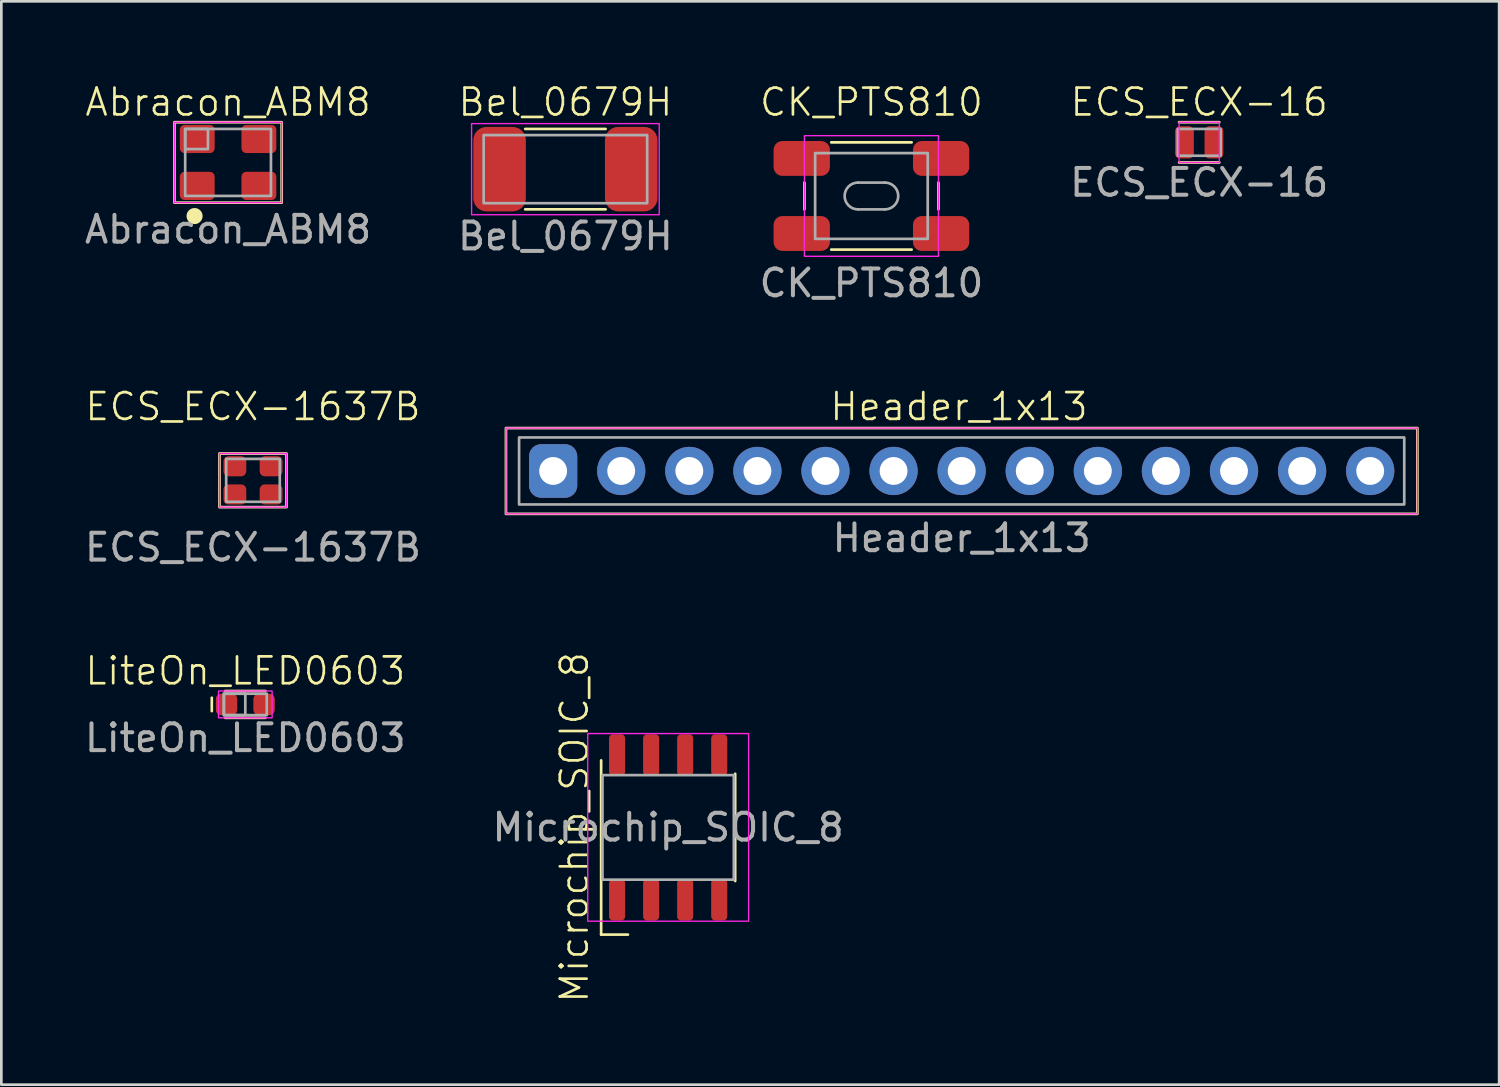
<source format=kicad_pcb>
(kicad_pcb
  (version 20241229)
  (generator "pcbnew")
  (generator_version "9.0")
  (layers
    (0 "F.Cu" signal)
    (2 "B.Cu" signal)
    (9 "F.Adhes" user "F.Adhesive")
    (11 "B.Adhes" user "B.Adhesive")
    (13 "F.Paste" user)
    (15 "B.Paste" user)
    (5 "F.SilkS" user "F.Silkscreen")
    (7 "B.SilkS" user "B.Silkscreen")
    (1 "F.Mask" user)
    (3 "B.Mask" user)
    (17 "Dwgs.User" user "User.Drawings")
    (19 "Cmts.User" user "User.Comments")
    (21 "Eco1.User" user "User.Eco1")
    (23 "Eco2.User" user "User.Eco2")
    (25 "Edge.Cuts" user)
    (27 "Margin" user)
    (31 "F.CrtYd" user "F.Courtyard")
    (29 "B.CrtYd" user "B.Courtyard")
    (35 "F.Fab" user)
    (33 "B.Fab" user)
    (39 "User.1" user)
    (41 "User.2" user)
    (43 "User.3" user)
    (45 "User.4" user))
  (footprint "LiteOn_LED0603"
    (layer "F.Cu")
    (at 6.101 23.228)
    (property "Reference" "LiteOn_LED0603" (at 0 -1.25 0) (unlocked yes) (layer "F.SilkS") (effects (font (size 1 1) (thickness 0.1))))
    (attr smd)
    (fp_line (start -1.25 -0.25) (end -1.25 0.25) (stroke (width 0.1) (type default)) (layer "F.SilkS"))
    (fp_line (start 0.75 -0.5) (end -0.75 -0.5) (stroke (width 0.1) (type default)) (layer "F.SilkS"))
    (fp_line (start 0.75 0.5) (end -0.75 0.5) (stroke (width 0.1) (type default)) (layer "F.SilkS"))
    (fp_rect (start -1 -0.5) (end 1 0.5) (stroke (width 0.05) (type default)) (fill no) (layer "F.CrtYd"))
    (fp_rect (start -0.8 -0.4) (end 0 0.4) (stroke (width 0.1) (type default)) (fill no) (layer "F.Fab"))
    (fp_rect (start -0.8 -0.4) (end 0.8 0.4) (stroke (width 0.1) (type default)) (fill no) (layer "F.Fab"))
    (fp_text user "${REFERENCE}" (at 0 1.25 0) (unlocked yes) (layer "F.Fab") (effects (font (size 1 1) (thickness 0.15))))
    (pad "1" smd roundrect (at -0.7 0) (size 0.8 0.8) (layers "F.Cu" "F.Mask" "F.Paste") (roundrect_rratio 0.25))
    (pad "2" smd roundrect (at 0.7 0) (size 0.8 0.8) (layers "F.Cu" "F.Mask" "F.Paste") (roundrect_rratio 0.25)))
  (footprint "ECS_ECX-1637B"
    (layer "F.Cu")
    (at 6.387 14.869)
    (property "Reference" "ECS_ECX-1637B" (at 0 -2.75 0) (unlocked yes) (layer "F.SilkS") (effects (font (size 1 1) (thickness 0.1))))
    (attr smd)
    (fp_rect (start -1.25 -1) (end 1.25 1) (stroke (width 0.1) (type default)) (fill no) (layer "F.SilkS"))
    (fp_rect (start -1.25 -1) (end 1.25 1) (stroke (width 0.05) (type default)) (fill no) (layer "F.CrtYd"))
    (fp_rect (start -1 -0.8) (end 1 0.8) (stroke (width 0.1) (type default)) (fill no) (layer "F.Fab"))
    (fp_text user "${REFERENCE}" (at 0 2.5 0) (unlocked yes) (layer "F.Fab") (effects (font (size 1 1) (thickness 0.15))))
    (pad "1" smd roundrect (at -0.675 0.525) (size 0.85 0.75) (layers "F.Cu" "F.Mask" "F.Paste") (roundrect_rratio 0.25))
    (pad "2" smd roundrect (at 0.675 0.525) (size 0.85 0.75) (layers "F.Cu" "F.Mask" "F.Paste") (roundrect_rratio 0.25))
    (pad "3" smd roundrect (at 0.675 -0.525) (size 0.85 0.75) (layers "F.Cu" "F.Mask" "F.Paste") (roundrect_rratio 0.25))
    (pad "4" smd roundrect (at -0.675 -0.525) (size 0.85 0.75) (layers "F.Cu" "F.Mask" "F.Paste") (roundrect_rratio 0.25)))
  (footprint "Bel_0679H"
    (layer "F.Cu")
    (at 18.042 3.26)
    (property "Reference" "Bel_0679H" (at 0 -2.5 0) (unlocked yes) (layer "F.SilkS") (effects (font (size 1 1) (thickness 0.1))))
    (attr smd)
    (fp_line (start -1.5 -1.5) (end 1.5 -1.5) (stroke (width 0.1) (type default)) (layer "F.SilkS"))
    (fp_line (start -1.5 1.5) (end 1.5 1.5) (stroke (width 0.1) (type default)) (layer "F.SilkS"))
    (fp_rect (start -3.5 -1.7) (end 3.5 1.7) (stroke (width 0.05) (type default)) (fill no) (layer "F.CrtYd"))
    (fp_rect (start 3.05 -1.27) (end -3.05 1.27) (stroke (width 0.1) (type default)) (fill no) (layer "F.Fab"))
    (fp_text user "${REFERENCE}" (at 0 2.5 0) (unlocked yes) (layer "F.Fab") (effects (font (size 1 1) (thickness 0.15))))
    (pad "1" smd roundrect (at -2.455 0) (size 1.96 3.15) (layers "F.Cu" "F.Mask" "F.Paste") (roundrect_rratio 0.25))
    (pad "2" smd roundrect (at 2.455 0) (size 1.96 3.15) (layers "F.Cu" "F.Mask" "F.Paste") (roundrect_rratio 0.25)))
  (footprint "ECS_ECX-16"
    (layer "F.Cu")
    (at 41.685 2.26)
    (property "Reference" "ECS_ECX-16" (at 0 -1.5 0) (unlocked yes) (layer "F.SilkS") (effects (font (size 1 1) (thickness 0.1))))
    (attr smd)
    (fp_line (start -0.75 -0.75) (end 0.75 -0.75) (stroke (width 0.1) (type default)) (layer "F.SilkS"))
    (fp_line (start 0.75 0.75) (end -0.75 0.75) (stroke (width 0.1) (type default)) (layer "F.SilkS"))
    (fp_rect (start -0.75 -0.75) (end 0.75 0.75) (stroke (width 0.05) (type default)) (fill no) (layer "F.CrtYd"))
    (fp_rect (start -0.8 -0.5) (end 0.8 0.5) (stroke (width 0.1) (type default)) (fill no) (layer "F.Fab"))
    (fp_text user "${REFERENCE}" (at 0 1.5 0) (unlocked yes) (layer "F.Fab") (effects (font (size 1 1) (thickness 0.15))))
    (pad "1" smd roundrect (at -0.55 0) (size 0.7 1.2) (layers "F.Cu" "F.Mask" "F.Paste") (roundrect_rratio 0.25))
    (pad "2" smd roundrect (at 0.55 0) (size 0.7 1.2) (layers "F.Cu" "F.Mask" "F.Paste") (roundrect_rratio 0.25)))
  (footprint "Header_1x13"
    (layer "F.Cu")
    (at 32.824 14.519)
    (property "Reference" "Header_1x13" (at -0.1 -2.4 0) (unlocked yes) (layer "F.SilkS") (effects (font (size 1 1) (thickness 0.1))))
    (attr through_hole)
    (fp_rect (start -17 -1.6) (end 17 1.6) (stroke (width 0.1) (type default)) (fill no) (layer "F.SilkS"))
    (fp_rect (start -17 -1.6) (end 17 1.6) (stroke (width 0.05) (type default)) (fill no) (layer "F.CrtYd"))
    (fp_rect (start -16.51 -1.25) (end 16.51 1.25) (stroke (width 0.1) (type default)) (fill no) (layer "F.Fab"))
    (fp_text user "${REFERENCE}" (at 0 2.5 0) (unlocked yes) (layer "F.Fab") (effects (font (size 1 1) (thickness 0.15))))
    (pad "1" thru_hole roundrect (at -15.24 0) (size 1.8 2) (drill 1.04) (layers "*.Cu" "*.Mask") (roundrect_rratio 0.25))
    (pad "2" thru_hole circle (at -12.7 0) (size 1.8 1.8) (drill 1.04) (layers "*.Cu" "*.Mask"))
    (pad "3" thru_hole circle (at -10.16 0) (size 1.8 1.8) (drill 1.04) (layers "*.Cu" "*.Mask"))
    (pad "4" thru_hole circle (at -7.62 0) (size 1.8 1.8) (drill 1.04) (layers "*.Cu" "*.Mask"))
    (pad "5" thru_hole circle (at -5.08 0) (size 1.8 1.8) (drill 1.04) (layers "*.Cu" "*.Mask"))
    (pad "6" thru_hole circle (at -2.54 0) (size 1.8 1.8) (drill 1.04) (layers "*.Cu" "*.Mask"))
    (pad "7" thru_hole circle (at 0 0) (size 1.8 1.8) (drill 1.04) (layers "*.Cu" "*.Mask"))
    (pad "8" thru_hole circle (at 2.54 0) (size 1.8 1.8) (drill 1.04) (layers "*.Cu" "*.Mask"))
    (pad "9" thru_hole circle (at 5.08 0) (size 1.8 1.8) (drill 1.04) (layers "*.Cu" "*.Mask"))
    (pad "10" thru_hole circle (at 7.62 0) (size 1.8 1.8) (drill 1.04) (layers "*.Cu" "*.Mask"))
    (pad "11" thru_hole circle (at 10.16 0) (size 1.8 1.8) (drill 1.04) (layers "*.Cu" "*.Mask"))
    (pad "12" thru_hole circle (at 12.7 0) (size 1.8 1.8) (drill 1.04) (layers "*.Cu" "*.Mask"))
    (pad "13" thru_hole circle (at 15.24 0) (size 1.8 1.8) (drill 1.04) (layers "*.Cu" "*.Mask")))
  (footprint "CK_PTS810"
    (layer "F.Cu")
    (at 29.458 4.261)
    (property "Reference" "CK_PTS810" (at 0 -3.5 0) (unlocked yes) (layer "F.SilkS") (effects (font (size 1 1) (thickness 0.1))))
    (attr smd)
    (fp_line (start -2.5 -0.5) (end -2.5 0.5) (stroke (width 0.1) (type default)) (layer "F.SilkS"))
    (fp_line (start -1.5 -2) (end 1.5 -2) (stroke (width 0.1) (type default)) (layer "F.SilkS"))
    (fp_line (start 1.5 2) (end -1.5 2) (stroke (width 0.1) (type default)) (layer "F.SilkS"))
    (fp_line (start 2.5 -0.5) (end 2.5 0.5) (stroke (width 0.1) (type default)) (layer "F.SilkS"))
    (fp_rect (start -2.5 -2.25) (end 2.5 2.25) (stroke (width 0.05) (type default)) (fill no) (layer "F.CrtYd"))
    (fp_line (start 0.5 -0.5) (end -0.5 -0.5) (stroke (width 0.1) (type default)) (layer "F.Fab"))
    (fp_line (start 0.5 0.5) (end -0.5 0.5) (stroke (width 0.1) (type default)) (layer "F.Fab"))
    (fp_rect (start -2.1 1.6) (end 2.1 -1.6) (stroke (width 0.1) (type default)) (fill no) (layer "F.Fab"))
    (fp_arc (start -0.5 0.5) (mid -1 0) (end -0.5 -0.5) (stroke (width 0.1) (type default)) (layer "F.Fab"))
    (fp_arc (start 0.5 -0.5) (mid 1 0) (end 0.5 0.5) (stroke (width 0.1) (type default)) (layer "F.Fab"))
    (fp_text user "${REFERENCE}" (at 0 3.25 0) (unlocked yes) (layer "F.Fab") (effects (font (size 1 1) (thickness 0.15))))
    (pad "1" smd roundrect (at -2.6 -1.4) (size 2.1 1.3) (layers "F.Cu" "F.Mask" "F.Paste") (roundrect_rratio 0.25))
    (pad "1" smd roundrect (at 2.6 -1.4) (size 2.1 1.3) (layers "F.Cu" "F.Mask" "F.Paste") (roundrect_rratio 0.25))
    (pad "2" smd roundrect (at -2.6 1.4) (size 2.1 1.3) (layers "F.Cu" "F.Mask" "F.Paste") (roundrect_rratio 0.25))
    (pad "2" smd roundrect (at 2.6 1.4) (size 2.1 1.3) (layers "F.Cu" "F.Mask" "F.Paste") (roundrect_rratio 0.25)))
  (footprint "Microchip_SOIC_8"
    (layer "F.Cu")
    (at 21.875 27.815)
    (property "Reference" "Microchip_SOIC_8" (at -3.5 0 90) (unlocked yes) (layer "F.SilkS") (effects (font (size 1 1) (thickness 0.1))))
    (attr smd)
    (fp_line (start -2.5 -2.5) (end -2.5 4) (stroke (width 0.1) (type default)) (layer "F.SilkS"))
    (fp_line (start -2.5 4) (end -1.5 4) (stroke (width 0.1) (type default)) (layer "F.SilkS"))
    (fp_line (start 2.5 -2) (end 2.5 2) (stroke (width 0.1) (type default)) (layer "F.SilkS"))
    (fp_rect (start -3 -3.5) (end 3 3.5) (stroke (width 0.05) (type default)) (fill no) (layer "F.CrtYd"))
    (fp_rect (start -2.45 -1.95) (end 2.45 1.95) (stroke (width 0.1) (type default)) (fill no) (layer "F.Fab"))
    (fp_text user "${REFERENCE}" (at 0 0 0) (unlocked yes) (layer "F.Fab") (effects (font (size 1 1) (thickness 0.15))))
    (pad "1" smd roundrect (at -1.905 2.7) (size 0.6 1.55) (layers "F.Cu" "F.Mask" "F.Paste") (roundrect_rratio 0.25))
    (pad "2" smd roundrect (at -0.635 2.7) (size 0.6 1.55) (layers "F.Cu" "F.Mask" "F.Paste") (roundrect_rratio 0.25))
    (pad "3" smd roundrect (at 0.635 2.7) (size 0.6 1.55) (layers "F.Cu" "F.Mask" "F.Paste") (roundrect_rratio 0.25))
    (pad "4" smd roundrect (at 1.905 2.7) (size 0.6 1.55) (layers "F.Cu" "F.Mask" "F.Paste") (roundrect_rratio 0.25))
    (pad "5" smd roundrect (at 1.905 -2.7) (size 0.6 1.55) (layers "F.Cu" "F.Mask" "F.Paste") (roundrect_rratio 0.25))
    (pad "6" smd roundrect (at 0.635 -2.7) (size 0.6 1.55) (layers "F.Cu" "F.Mask" "F.Paste") (roundrect_rratio 0.25))
    (pad "7" smd roundrect (at -0.635 -2.7) (size 0.6 1.55) (layers "F.Cu" "F.Mask" "F.Paste") (roundrect_rratio 0.25))
    (pad "8" smd roundrect (at -1.905 -2.7) (size 0.6 1.55) (layers "F.Cu" "F.Mask" "F.Paste") (roundrect_rratio 0.25)))
  (footprint "Abracon_ABM8"
    (layer "F.Cu")
    (at 5.458 3.01)
    (property "Reference" "Abracon_ABM8" (at 0 -2.25 0) (unlocked yes) (layer "F.SilkS") (effects (font (size 1 1) (thickness 0.1))))
    (attr smd)
    (fp_rect (start -2 -1.5) (end 2 1.5) (stroke (width 0.1) (type default)) (fill no) (layer "F.SilkS"))
    (fp_circle (center -1.25 2) (end -1 2) (stroke (width 0.1) (type default)) (fill yes) (layer "F.SilkS"))
    (fp_rect (start -2 -1.5) (end 2 1.5) (stroke (width 0.05) (type default)) (fill no) (layer "F.CrtYd"))
    (fp_rect (start -1.6 -1.25) (end -0.75 -0.5) (stroke (width 0.1) (type default)) (fill no) (layer "F.Fab"))
    (fp_rect (start -1.6 1.25) (end 1.6 -1.25) (stroke (width 0.1) (type default)) (fill no) (layer "F.Fab"))
    (fp_text user "${REFERENCE}" (at 0 2.5 0) (unlocked yes) (layer "F.Fab") (effects (font (size 1 1) (thickness 0.15))))
    (pad "1" smd roundrect (at -1.15 0.875) (size 1.3 1.05) (layers "F.Cu" "F.Mask" "F.Paste") (roundrect_rratio 0.167))
    (pad "2" smd roundrect (at 1.15 0.875) (size 1.3 1.05) (layers "F.Cu" "F.Mask" "F.Paste") (roundrect_rratio 0.167))
    (pad "3" smd roundrect (at 1.15 -0.875) (size 1.3 1.05) (layers "F.Cu" "F.Mask" "F.Paste") (roundrect_rratio 0.167))
    (pad "4" smd roundrect (at -1.15 -0.875) (size 1.3 1.05) (layers "F.Cu" "F.Mask" "F.Paste") (roundrect_rratio 0.167)))
  (gr_rect
    (start -3 -3)
    (end 52.874 37.413)
    (stroke (width 0.1) (type default))
    (fill no)
    (layer "Edge.Cuts")))
</source>
